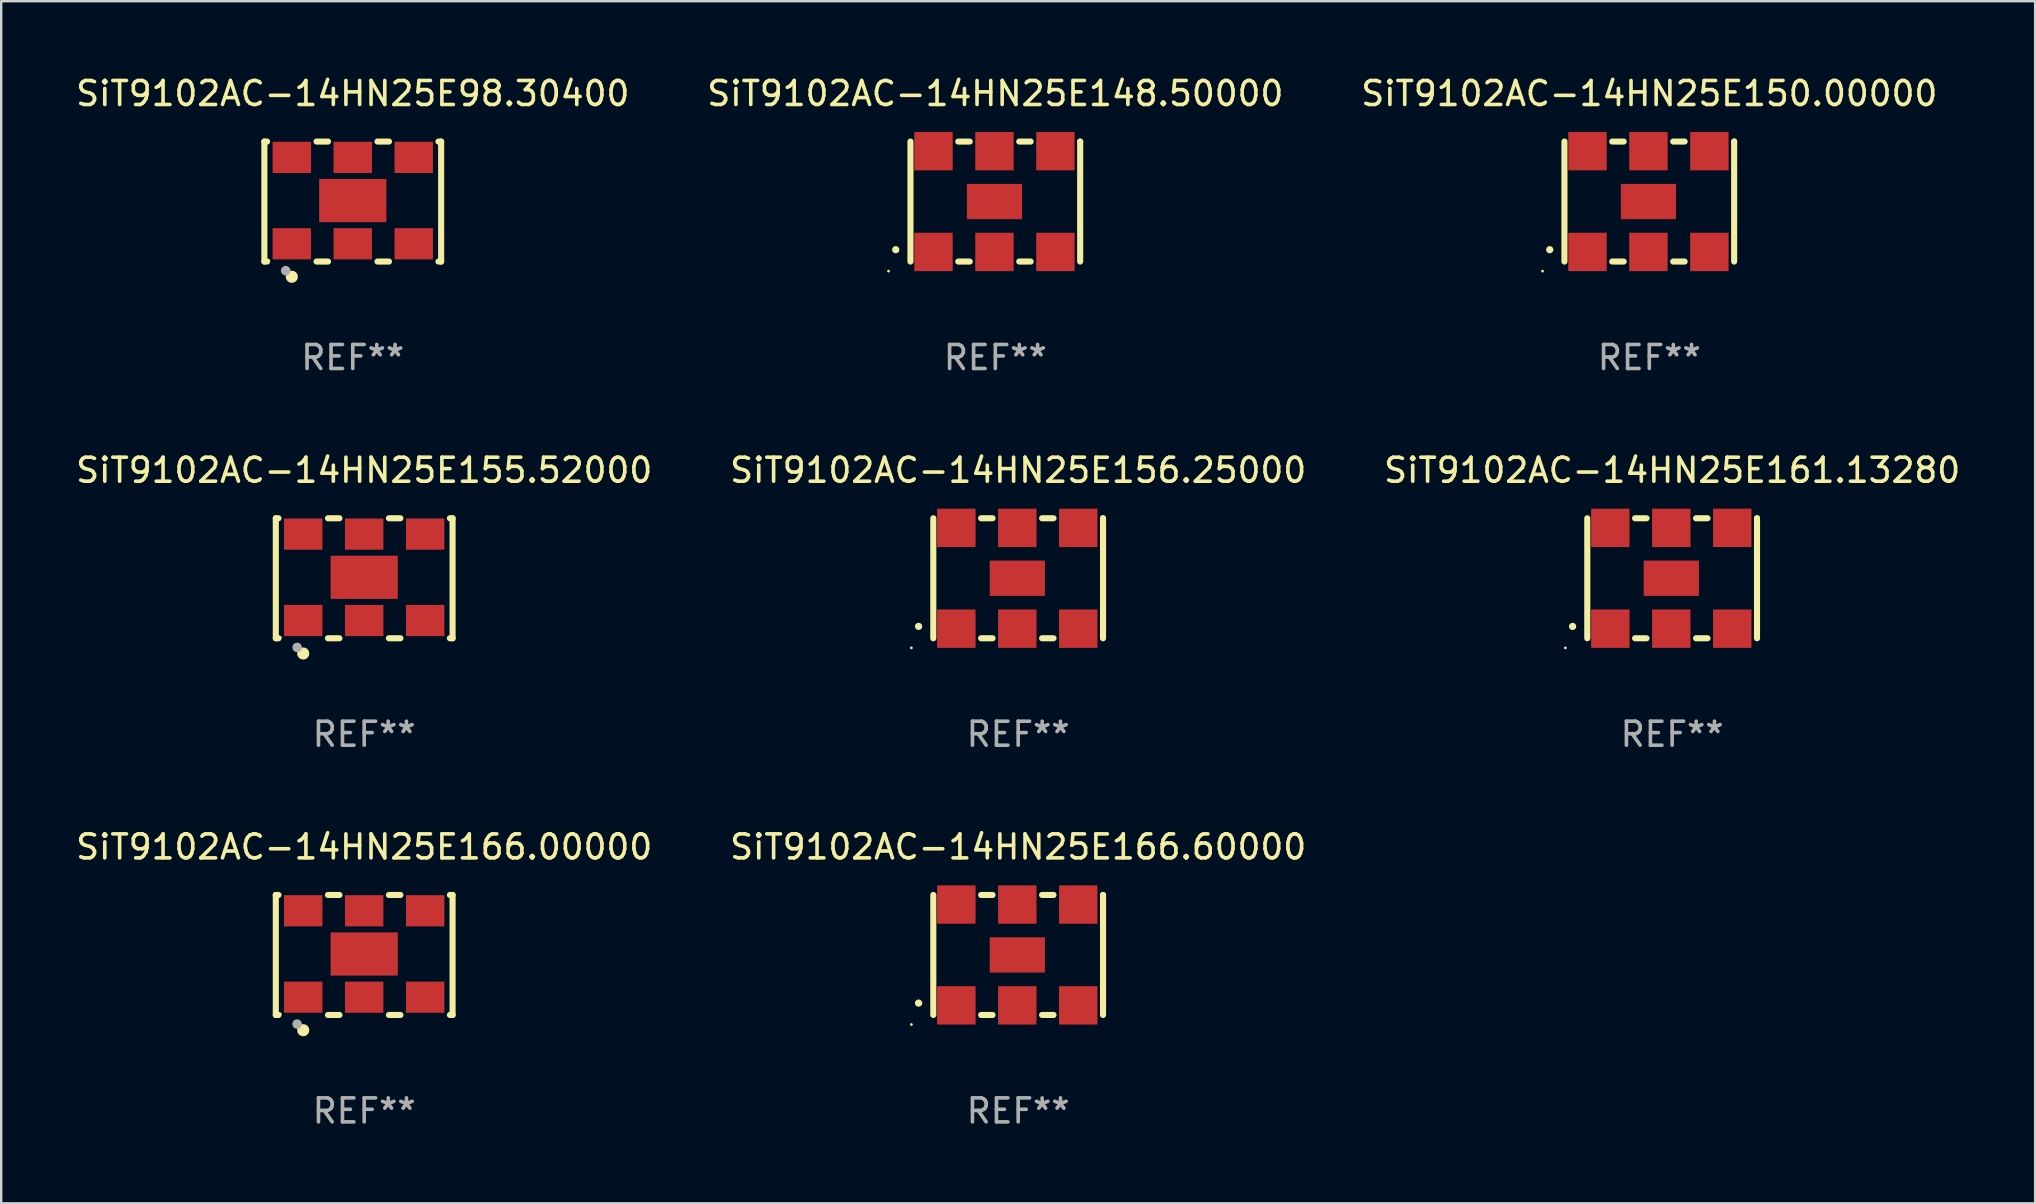
<source format=kicad_pcb>
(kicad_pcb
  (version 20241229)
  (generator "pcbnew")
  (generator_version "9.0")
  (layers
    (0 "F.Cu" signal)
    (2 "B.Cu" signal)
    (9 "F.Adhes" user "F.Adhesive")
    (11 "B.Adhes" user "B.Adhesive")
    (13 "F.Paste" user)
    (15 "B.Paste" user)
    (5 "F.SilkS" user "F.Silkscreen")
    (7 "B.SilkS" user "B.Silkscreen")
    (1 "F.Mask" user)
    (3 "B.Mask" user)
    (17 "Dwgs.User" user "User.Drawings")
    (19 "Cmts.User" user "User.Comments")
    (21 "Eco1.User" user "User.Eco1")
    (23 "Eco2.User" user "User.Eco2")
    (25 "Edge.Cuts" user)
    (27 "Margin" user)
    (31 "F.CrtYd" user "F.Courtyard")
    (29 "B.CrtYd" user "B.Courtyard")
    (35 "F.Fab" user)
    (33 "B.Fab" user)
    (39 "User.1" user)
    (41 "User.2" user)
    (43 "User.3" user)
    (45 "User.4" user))
  (footprint "SiT9102AC-14HN25E161.13280"
    (layer "F.Cu")
    (at 66.625 21.045)
    (property "Reference" "SiT9102AC-14HN25E161.13280" (at 0 -4.5 0) (layer "F.SilkS") (effects (font (size 1 1) (thickness 0.15))))
    (attr through_hole)
    (fp_line (start -3.536 -2.5) (end -3.536 2.5) (stroke (width 0.254) (type solid)) (layer "F.SilkS"))
    (fp_line (start -1.544 2.5) (end -1.067 2.5) (stroke (width 0.254) (type solid)) (layer "F.SilkS"))
    (fp_line (start -1.067 -2.5) (end -1.544 -2.5) (stroke (width 0.254) (type solid)) (layer "F.SilkS"))
    (fp_line (start 0.996 2.5) (end 1.473 2.5) (stroke (width 0.254) (type solid)) (layer "F.SilkS"))
    (fp_line (start 1.473 -2.5) (end 0.996 -2.5) (stroke (width 0.254) (type solid)) (layer "F.SilkS"))
    (fp_line (start 3.536 -2.5) (end 3.536 -2.5) (stroke (width 0.254) (type solid)) (layer "F.SilkS"))
    (fp_line (start 3.536 2.5) (end 3.536 -2.5) (stroke (width 0.254) (type solid)) (layer "F.SilkS"))
    (fp_arc (start -4.150432 2.006604) (mid -4.149162 2.006599) (end -4.147892 2.006604) (stroke (width 0.3) (type solid)) (layer "F.SilkS"))
    (fp_circle (center -4.449 2.9) (end -4.419 2.9) (stroke (width 0.06) (type solid)) (fill no) (layer "F.SilkS"))
    (fp_text user "REF**" (at 0 6.5 0) (layer "F.Fab") (effects (font (size 1 1) (thickness 0.15))))
    (pad "1" smd rect (at -2.576 2.1) (size 1.6 1.6) (layers "F.Cu" "F.Mask" "F.Paste"))
    (pad "2" smd rect (at -0.036 2.1) (size 1.6 1.6) (layers "F.Cu" "F.Mask" "F.Paste"))
    (pad "3" smd rect (at 2.504 2.1) (size 1.6 1.6) (layers "F.Cu" "F.Mask" "F.Paste"))
    (pad "4" smd rect (at 2.504 -2.1) (size 1.6 1.6) (layers "F.Cu" "F.Mask" "F.Paste"))
    (pad "5" smd rect (at -0.036 -2.1) (size 1.6 1.6) (layers "F.Cu" "F.Mask" "F.Paste"))
    (pad "6" smd rect (at -2.576 -2.1) (size 1.6 1.6) (layers "F.Cu" "F.Mask" "F.Paste"))
    (pad "7" smd rect (at -0.036 0) (size 2.3 1.47) (layers "F.Cu" "F.Mask" "F.Paste")))
  (footprint "SiT9102AC-14HN25E155.52000"
    (layer "F.Cu")
    (at 12.125 21.045)
    (property "Reference" "SiT9102AC-14HN25E155.52000" (at 0 -4.5 0) (layer "F.SilkS") (effects (font (size 1 1) (thickness 0.15))))
    (attr through_hole)
    (fp_line (start -3.683 -2.5) (end -3.571 -2.5) (stroke (width 0.254) (type solid)) (layer "F.SilkS"))
    (fp_line (start -3.683 2.5) (end -3.683 -2.5) (stroke (width 0.254) (type solid)) (layer "F.SilkS"))
    (fp_line (start -3.683 2.5) (end -3.571 2.5) (stroke (width 0.254) (type solid)) (layer "F.SilkS"))
    (fp_line (start -1.509 -2.5) (end -1.031 -2.5) (stroke (width 0.254) (type solid)) (layer "F.SilkS"))
    (fp_line (start -1.509 2.5) (end -1.031 2.5) (stroke (width 0.254) (type solid)) (layer "F.SilkS"))
    (fp_line (start 1.031 -2.5) (end 1.509 -2.5) (stroke (width 0.254) (type solid)) (layer "F.SilkS"))
    (fp_line (start 1.031 2.5) (end 1.509 2.5) (stroke (width 0.254) (type solid)) (layer "F.SilkS"))
    (fp_line (start 3.571 -2.5) (end 3.683 -2.5) (stroke (width 0.254) (type solid)) (layer "F.SilkS"))
    (fp_line (start 3.571 2.5) (end 3.683 2.5) (stroke (width 0.254) (type solid)) (layer "F.SilkS"))
    (fp_line (start 3.683 2.5) (end 3.683 -2.5) (stroke (width 0.254) (type solid)) (layer "F.SilkS"))
    (fp_circle (center -3.5 2.46) (end -3.47 2.46) (stroke (width 0.06) (type solid)) (fill no) (layer "F.SilkS"))
    (fp_circle (center -2.54 3.135) (end -2.413 3.135) (stroke (width 0.254) (type solid)) (fill no) (layer "F.SilkS"))
    (fp_circle (center -2.794 2.881) (end -2.694 2.881) (stroke (width 0.2) (type solid)) (fill no) (layer "F.Fab"))
    (fp_text user "REF**" (at 0 6.5 0) (layer "F.Fab") (effects (font (size 1 1) (thickness 0.15))))
    (pad "1" smd rect (at -2.54 1.76) (size 1.6 1.3) (layers "F.Cu" "F.Mask" "F.Paste"))
    (pad "2" smd rect (at 0 1.76) (size 1.6 1.3) (layers "F.Cu" "F.Mask" "F.Paste"))
    (pad "3" smd rect (at 2.54 1.76) (size 1.6 1.3) (layers "F.Cu" "F.Mask" "F.Paste"))
    (pad "4" smd rect (at 2.54 -1.84) (size 1.6 1.3) (layers "F.Cu" "F.Mask" "F.Paste"))
    (pad "5" smd rect (at 0 -1.84) (size 1.6 1.3) (layers "F.Cu" "F.Mask" "F.Paste"))
    (pad "6" smd rect (at -2.54 -1.84) (size 1.6 1.3) (layers "F.Cu" "F.Mask" "F.Paste"))
    (pad "7" smd rect (at 0 -0.04) (size 2.8 1.8) (layers "F.Cu" "F.Mask" "F.Paste")))
  (footprint "SiT9102AC-14HN25E166.00000"
    (layer "F.Cu")
    (at 12.125 36.741)
    (property "Reference" "SiT9102AC-14HN25E166.00000" (at 0 -4.5 0) (layer "F.SilkS") (effects (font (size 1 1) (thickness 0.15))))
    (attr through_hole)
    (fp_line (start -3.683 -2.5) (end -3.571 -2.5) (stroke (width 0.254) (type solid)) (layer "F.SilkS"))
    (fp_line (start -3.683 2.5) (end -3.683 -2.5) (stroke (width 0.254) (type solid)) (layer "F.SilkS"))
    (fp_line (start -3.683 2.5) (end -3.571 2.5) (stroke (width 0.254) (type solid)) (layer "F.SilkS"))
    (fp_line (start -1.509 -2.5) (end -1.031 -2.5) (stroke (width 0.254) (type solid)) (layer "F.SilkS"))
    (fp_line (start -1.509 2.5) (end -1.031 2.5) (stroke (width 0.254) (type solid)) (layer "F.SilkS"))
    (fp_line (start 1.031 -2.5) (end 1.509 -2.5) (stroke (width 0.254) (type solid)) (layer "F.SilkS"))
    (fp_line (start 1.031 2.5) (end 1.509 2.5) (stroke (width 0.254) (type solid)) (layer "F.SilkS"))
    (fp_line (start 3.571 -2.5) (end 3.683 -2.5) (stroke (width 0.254) (type solid)) (layer "F.SilkS"))
    (fp_line (start 3.571 2.5) (end 3.683 2.5) (stroke (width 0.254) (type solid)) (layer "F.SilkS"))
    (fp_line (start 3.683 2.5) (end 3.683 -2.5) (stroke (width 0.254) (type solid)) (layer "F.SilkS"))
    (fp_circle (center -3.5 2.46) (end -3.47 2.46) (stroke (width 0.06) (type solid)) (fill no) (layer "F.SilkS"))
    (fp_circle (center -2.54 3.135) (end -2.413 3.135) (stroke (width 0.254) (type solid)) (fill no) (layer "F.SilkS"))
    (fp_circle (center -2.794 2.881) (end -2.694 2.881) (stroke (width 0.2) (type solid)) (fill no) (layer "F.Fab"))
    (fp_text user "REF**" (at 0 6.5 0) (layer "F.Fab") (effects (font (size 1 1) (thickness 0.15))))
    (pad "1" smd rect (at -2.54 1.76) (size 1.6 1.3) (layers "F.Cu" "F.Mask" "F.Paste"))
    (pad "2" smd rect (at 0 1.76) (size 1.6 1.3) (layers "F.Cu" "F.Mask" "F.Paste"))
    (pad "3" smd rect (at 2.54 1.76) (size 1.6 1.3) (layers "F.Cu" "F.Mask" "F.Paste"))
    (pad "4" smd rect (at 2.54 -1.84) (size 1.6 1.3) (layers "F.Cu" "F.Mask" "F.Paste"))
    (pad "5" smd rect (at 0 -1.84) (size 1.6 1.3) (layers "F.Cu" "F.Mask" "F.Paste"))
    (pad "6" smd rect (at -2.54 -1.84) (size 1.6 1.3) (layers "F.Cu" "F.Mask" "F.Paste"))
    (pad "7" smd rect (at 0 -0.04) (size 2.8 1.8) (layers "F.Cu" "F.Mask" "F.Paste")))
  (footprint "SiT9102AC-14HN25E98.30400"
    (layer "F.Cu")
    (at 11.649 5.348)
    (property "Reference" "SiT9102AC-14HN25E98.30400" (at 0 -4.5 0) (layer "F.SilkS") (effects (font (size 1 1) (thickness 0.15))))
    (attr through_hole)
    (fp_line (start -3.683 -2.5) (end -3.571 -2.5) (stroke (width 0.254) (type solid)) (layer "F.SilkS"))
    (fp_line (start -3.683 2.5) (end -3.683 -2.5) (stroke (width 0.254) (type solid)) (layer "F.SilkS"))
    (fp_line (start -3.683 2.5) (end -3.571 2.5) (stroke (width 0.254) (type solid)) (layer "F.SilkS"))
    (fp_line (start -1.509 -2.5) (end -1.031 -2.5) (stroke (width 0.254) (type solid)) (layer "F.SilkS"))
    (fp_line (start -1.509 2.5) (end -1.031 2.5) (stroke (width 0.254) (type solid)) (layer "F.SilkS"))
    (fp_line (start 1.031 -2.5) (end 1.509 -2.5) (stroke (width 0.254) (type solid)) (layer "F.SilkS"))
    (fp_line (start 1.031 2.5) (end 1.509 2.5) (stroke (width 0.254) (type solid)) (layer "F.SilkS"))
    (fp_line (start 3.571 -2.5) (end 3.683 -2.5) (stroke (width 0.254) (type solid)) (layer "F.SilkS"))
    (fp_line (start 3.571 2.5) (end 3.683 2.5) (stroke (width 0.254) (type solid)) (layer "F.SilkS"))
    (fp_line (start 3.683 2.5) (end 3.683 -2.5) (stroke (width 0.254) (type solid)) (layer "F.SilkS"))
    (fp_circle (center -3.5 2.46) (end -3.47 2.46) (stroke (width 0.06) (type solid)) (fill no) (layer "F.SilkS"))
    (fp_circle (center -2.54 3.135) (end -2.413 3.135) (stroke (width 0.254) (type solid)) (fill no) (layer "F.SilkS"))
    (fp_circle (center -2.794 2.881) (end -2.694 2.881) (stroke (width 0.2) (type solid)) (fill no) (layer "F.Fab"))
    (fp_text user "REF**" (at 0 6.5 0) (layer "F.Fab") (effects (font (size 1 1) (thickness 0.15))))
    (pad "1" smd rect (at -2.54 1.76) (size 1.6 1.3) (layers "F.Cu" "F.Mask" "F.Paste"))
    (pad "2" smd rect (at 0 1.76) (size 1.6 1.3) (layers "F.Cu" "F.Mask" "F.Paste"))
    (pad "3" smd rect (at 2.54 1.76) (size 1.6 1.3) (layers "F.Cu" "F.Mask" "F.Paste"))
    (pad "4" smd rect (at 2.54 -1.84) (size 1.6 1.3) (layers "F.Cu" "F.Mask" "F.Paste"))
    (pad "5" smd rect (at 0 -1.84) (size 1.6 1.3) (layers "F.Cu" "F.Mask" "F.Paste"))
    (pad "6" smd rect (at -2.54 -1.84) (size 1.6 1.3) (layers "F.Cu" "F.Mask" "F.Paste"))
    (pad "7" smd rect (at 0 -0.04) (size 2.8 1.8) (layers "F.Cu" "F.Mask" "F.Paste")))
  (footprint "SiT9102AC-14HN25E166.60000"
    (layer "F.Cu")
    (at 39.375 36.741)
    (property "Reference" "SiT9102AC-14HN25E166.60000" (at 0 -4.5 0) (layer "F.SilkS") (effects (font (size 1 1) (thickness 0.15))))
    (attr through_hole)
    (fp_line (start -3.536 -2.5) (end -3.536 2.5) (stroke (width 0.254) (type solid)) (layer "F.SilkS"))
    (fp_line (start -1.544 2.5) (end -1.067 2.5) (stroke (width 0.254) (type solid)) (layer "F.SilkS"))
    (fp_line (start -1.067 -2.5) (end -1.544 -2.5) (stroke (width 0.254) (type solid)) (layer "F.SilkS"))
    (fp_line (start 0.996 2.5) (end 1.473 2.5) (stroke (width 0.254) (type solid)) (layer "F.SilkS"))
    (fp_line (start 1.473 -2.5) (end 0.996 -2.5) (stroke (width 0.254) (type solid)) (layer "F.SilkS"))
    (fp_line (start 3.536 -2.5) (end 3.536 -2.5) (stroke (width 0.254) (type solid)) (layer "F.SilkS"))
    (fp_line (start 3.536 2.5) (end 3.536 -2.5) (stroke (width 0.254) (type solid)) (layer "F.SilkS"))
    (fp_arc (start -4.150432 2.006604) (mid -4.149162 2.006599) (end -4.147892 2.006604) (stroke (width 0.3) (type solid)) (layer "F.SilkS"))
    (fp_circle (center -4.449 2.9) (end -4.419 2.9) (stroke (width 0.06) (type solid)) (fill no) (layer "F.SilkS"))
    (fp_text user "REF**" (at 0 6.5 0) (layer "F.Fab") (effects (font (size 1 1) (thickness 0.15))))
    (pad "1" smd rect (at -2.576 2.1) (size 1.6 1.6) (layers "F.Cu" "F.Mask" "F.Paste"))
    (pad "2" smd rect (at -0.036 2.1) (size 1.6 1.6) (layers "F.Cu" "F.Mask" "F.Paste"))
    (pad "3" smd rect (at 2.504 2.1) (size 1.6 1.6) (layers "F.Cu" "F.Mask" "F.Paste"))
    (pad "4" smd rect (at 2.504 -2.1) (size 1.6 1.6) (layers "F.Cu" "F.Mask" "F.Paste"))
    (pad "5" smd rect (at -0.036 -2.1) (size 1.6 1.6) (layers "F.Cu" "F.Mask" "F.Paste"))
    (pad "6" smd rect (at -2.576 -2.1) (size 1.6 1.6) (layers "F.Cu" "F.Mask" "F.Paste"))
    (pad "7" smd rect (at -0.036 0) (size 2.3 1.47) (layers "F.Cu" "F.Mask" "F.Paste")))
  (footprint "SiT9102AC-14HN25E148.50000"
    (layer "F.Cu")
    (at 38.423 5.348)
    (property "Reference" "SiT9102AC-14HN25E148.50000" (at 0 -4.5 0) (layer "F.SilkS") (effects (font (size 1 1) (thickness 0.15))))
    (attr through_hole)
    (fp_line (start -3.536 -2.5) (end -3.536 2.5) (stroke (width 0.254) (type solid)) (layer "F.SilkS"))
    (fp_line (start -1.544 2.5) (end -1.067 2.5) (stroke (width 0.254) (type solid)) (layer "F.SilkS"))
    (fp_line (start -1.067 -2.5) (end -1.544 -2.5) (stroke (width 0.254) (type solid)) (layer "F.SilkS"))
    (fp_line (start 0.996 2.5) (end 1.473 2.5) (stroke (width 0.254) (type solid)) (layer "F.SilkS"))
    (fp_line (start 1.473 -2.5) (end 0.996 -2.5) (stroke (width 0.254) (type solid)) (layer "F.SilkS"))
    (fp_line (start 3.536 -2.5) (end 3.536 -2.5) (stroke (width 0.254) (type solid)) (layer "F.SilkS"))
    (fp_line (start 3.536 2.5) (end 3.536 -2.5) (stroke (width 0.254) (type solid)) (layer "F.SilkS"))
    (fp_arc (start -4.150432 2.006604) (mid -4.149162 2.006599) (end -4.147892 2.006604) (stroke (width 0.3) (type solid)) (layer "F.SilkS"))
    (fp_circle (center -4.449 2.9) (end -4.419 2.9) (stroke (width 0.06) (type solid)) (fill no) (layer "F.SilkS"))
    (fp_text user "REF**" (at 0 6.5 0) (layer "F.Fab") (effects (font (size 1 1) (thickness 0.15))))
    (pad "1" smd rect (at -2.576 2.1) (size 1.6 1.6) (layers "F.Cu" "F.Mask" "F.Paste"))
    (pad "2" smd rect (at -0.036 2.1) (size 1.6 1.6) (layers "F.Cu" "F.Mask" "F.Paste"))
    (pad "3" smd rect (at 2.504 2.1) (size 1.6 1.6) (layers "F.Cu" "F.Mask" "F.Paste"))
    (pad "4" smd rect (at 2.504 -2.1) (size 1.6 1.6) (layers "F.Cu" "F.Mask" "F.Paste"))
    (pad "5" smd rect (at -0.036 -2.1) (size 1.6 1.6) (layers "F.Cu" "F.Mask" "F.Paste"))
    (pad "6" smd rect (at -2.576 -2.1) (size 1.6 1.6) (layers "F.Cu" "F.Mask" "F.Paste"))
    (pad "7" smd rect (at -0.036 0) (size 2.3 1.47) (layers "F.Cu" "F.Mask" "F.Paste")))
  (footprint "SiT9102AC-14HN25E156.25000"
    (layer "F.Cu")
    (at 39.375 21.045)
    (property "Reference" "SiT9102AC-14HN25E156.25000" (at 0 -4.5 0) (layer "F.SilkS") (effects (font (size 1 1) (thickness 0.15))))
    (attr through_hole)
    (fp_line (start -3.536 -2.5) (end -3.536 2.5) (stroke (width 0.254) (type solid)) (layer "F.SilkS"))
    (fp_line (start -1.544 2.5) (end -1.067 2.5) (stroke (width 0.254) (type solid)) (layer "F.SilkS"))
    (fp_line (start -1.067 -2.5) (end -1.544 -2.5) (stroke (width 0.254) (type solid)) (layer "F.SilkS"))
    (fp_line (start 0.996 2.5) (end 1.473 2.5) (stroke (width 0.254) (type solid)) (layer "F.SilkS"))
    (fp_line (start 1.473 -2.5) (end 0.996 -2.5) (stroke (width 0.254) (type solid)) (layer "F.SilkS"))
    (fp_line (start 3.536 -2.5) (end 3.536 -2.5) (stroke (width 0.254) (type solid)) (layer "F.SilkS"))
    (fp_line (start 3.536 2.5) (end 3.536 -2.5) (stroke (width 0.254) (type solid)) (layer "F.SilkS"))
    (fp_arc (start -4.150432 2.006604) (mid -4.149162 2.006599) (end -4.147892 2.006604) (stroke (width 0.3) (type solid)) (layer "F.SilkS"))
    (fp_circle (center -4.449 2.9) (end -4.419 2.9) (stroke (width 0.06) (type solid)) (fill no) (layer "F.SilkS"))
    (fp_text user "REF**" (at 0 6.5 0) (layer "F.Fab") (effects (font (size 1 1) (thickness 0.15))))
    (pad "1" smd rect (at -2.576 2.1) (size 1.6 1.6) (layers "F.Cu" "F.Mask" "F.Paste"))
    (pad "2" smd rect (at -0.036 2.1) (size 1.6 1.6) (layers "F.Cu" "F.Mask" "F.Paste"))
    (pad "3" smd rect (at 2.504 2.1) (size 1.6 1.6) (layers "F.Cu" "F.Mask" "F.Paste"))
    (pad "4" smd rect (at 2.504 -2.1) (size 1.6 1.6) (layers "F.Cu" "F.Mask" "F.Paste"))
    (pad "5" smd rect (at -0.036 -2.1) (size 1.6 1.6) (layers "F.Cu" "F.Mask" "F.Paste"))
    (pad "6" smd rect (at -2.576 -2.1) (size 1.6 1.6) (layers "F.Cu" "F.Mask" "F.Paste"))
    (pad "7" smd rect (at -0.036 0) (size 2.3 1.47) (layers "F.Cu" "F.Mask" "F.Paste")))
  (footprint "SiT9102AC-14HN25E150.00000"
    (layer "F.Cu")
    (at 65.673 5.348)
    (property "Reference" "SiT9102AC-14HN25E150.00000" (at 0 -4.5 0) (layer "F.SilkS") (effects (font (size 1 1) (thickness 0.15))))
    (attr through_hole)
    (fp_line (start -3.536 -2.5) (end -3.536 2.5) (stroke (width 0.254) (type solid)) (layer "F.SilkS"))
    (fp_line (start -1.544 2.5) (end -1.067 2.5) (stroke (width 0.254) (type solid)) (layer "F.SilkS"))
    (fp_line (start -1.067 -2.5) (end -1.544 -2.5) (stroke (width 0.254) (type solid)) (layer "F.SilkS"))
    (fp_line (start 0.996 2.5) (end 1.473 2.5) (stroke (width 0.254) (type solid)) (layer "F.SilkS"))
    (fp_line (start 1.473 -2.5) (end 0.996 -2.5) (stroke (width 0.254) (type solid)) (layer "F.SilkS"))
    (fp_line (start 3.536 -2.5) (end 3.536 -2.5) (stroke (width 0.254) (type solid)) (layer "F.SilkS"))
    (fp_line (start 3.536 2.5) (end 3.536 -2.5) (stroke (width 0.254) (type solid)) (layer "F.SilkS"))
    (fp_arc (start -4.150432 2.006604) (mid -4.149162 2.006599) (end -4.147892 2.006604) (stroke (width 0.3) (type solid)) (layer "F.SilkS"))
    (fp_circle (center -4.449 2.9) (end -4.419 2.9) (stroke (width 0.06) (type solid)) (fill no) (layer "F.SilkS"))
    (fp_text user "REF**" (at 0 6.5 0) (layer "F.Fab") (effects (font (size 1 1) (thickness 0.15))))
    (pad "1" smd rect (at -2.576 2.1) (size 1.6 1.6) (layers "F.Cu" "F.Mask" "F.Paste"))
    (pad "2" smd rect (at -0.036 2.1) (size 1.6 1.6) (layers "F.Cu" "F.Mask" "F.Paste"))
    (pad "3" smd rect (at 2.504 2.1) (size 1.6 1.6) (layers "F.Cu" "F.Mask" "F.Paste"))
    (pad "4" smd rect (at 2.504 -2.1) (size 1.6 1.6) (layers "F.Cu" "F.Mask" "F.Paste"))
    (pad "5" smd rect (at -0.036 -2.1) (size 1.6 1.6) (layers "F.Cu" "F.Mask" "F.Paste"))
    (pad "6" smd rect (at -2.576 -2.1) (size 1.6 1.6) (layers "F.Cu" "F.Mask" "F.Paste"))
    (pad "7" smd rect (at -0.036 0) (size 2.3 1.47) (layers "F.Cu" "F.Mask" "F.Paste")))
  (gr_rect
    (start -3 -3)
    (end 81.75 47.09)
    (stroke (width 0.1) (type default))
    (fill no)
    (layer "Edge.Cuts")))
</source>
